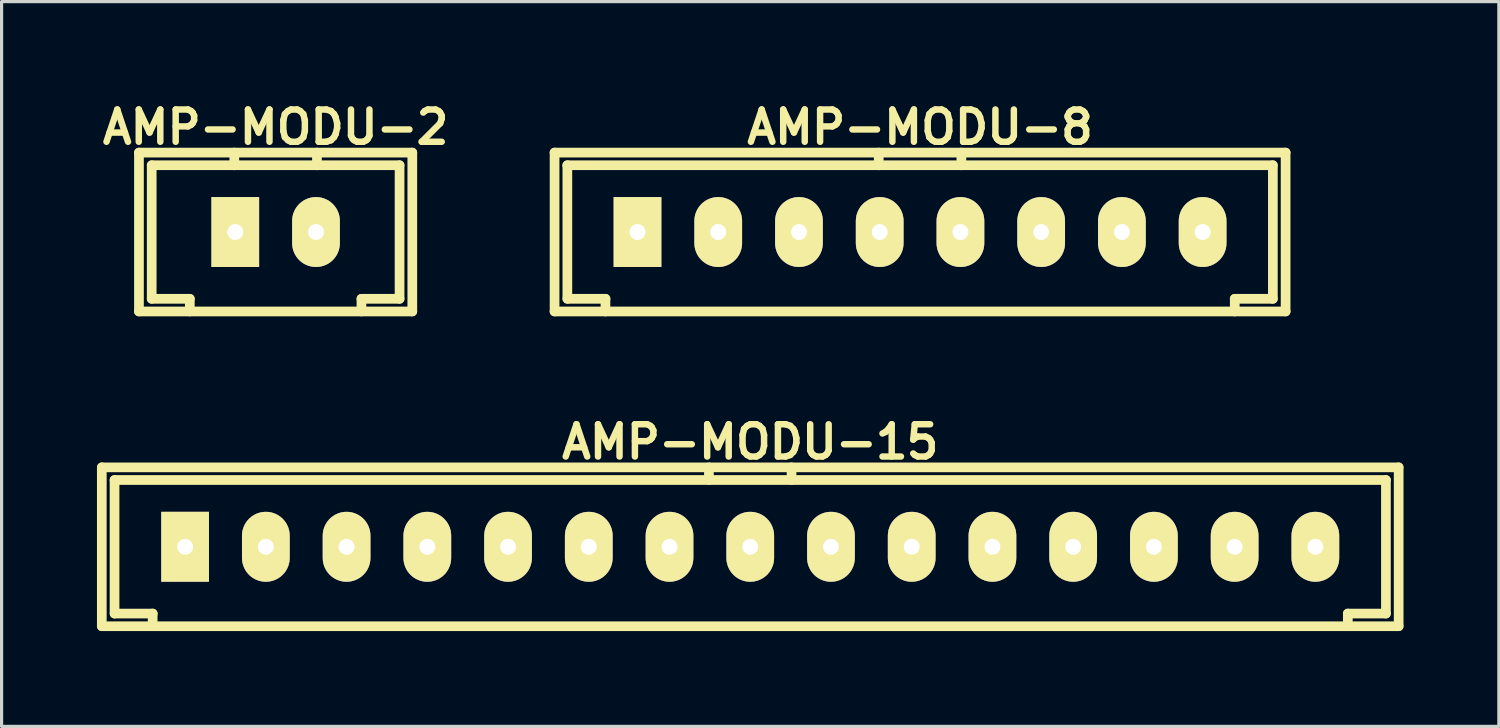
<source format=kicad_pcb>
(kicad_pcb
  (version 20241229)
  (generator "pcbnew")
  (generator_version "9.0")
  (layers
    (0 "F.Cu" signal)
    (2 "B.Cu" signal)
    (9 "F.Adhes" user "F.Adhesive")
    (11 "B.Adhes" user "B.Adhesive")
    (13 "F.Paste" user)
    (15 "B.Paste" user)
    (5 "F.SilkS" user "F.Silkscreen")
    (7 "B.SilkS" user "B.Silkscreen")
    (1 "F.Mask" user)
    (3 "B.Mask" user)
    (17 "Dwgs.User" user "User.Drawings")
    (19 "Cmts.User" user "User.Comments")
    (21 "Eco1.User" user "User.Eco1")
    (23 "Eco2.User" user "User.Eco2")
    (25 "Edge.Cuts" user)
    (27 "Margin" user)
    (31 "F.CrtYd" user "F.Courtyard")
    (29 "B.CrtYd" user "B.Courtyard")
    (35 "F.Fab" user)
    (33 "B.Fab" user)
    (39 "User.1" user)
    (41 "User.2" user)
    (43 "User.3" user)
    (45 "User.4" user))
  (footprint "AMP-MODU-2"
    (layer "F.Cu")
    (at 5.622 4.25)
    (property "Reference" "AMP-MODU-2" (at 0 -3.299 0) (layer "F.SilkS") (effects (font (size 1.016 1.016) (thickness 0.203))))
    (attr through_hole)
    (fp_line (start -4.3 -2.499) (end 4.3 -2.499) (stroke (width 0.305) (type solid)) (layer "F.SilkS"))
    (fp_line (start -4.3 2.499) (end -4.3 -2.499) (stroke (width 0.305) (type solid)) (layer "F.SilkS"))
    (fp_line (start -3.899 -2.101) (end -3.899 2.101) (stroke (width 0.305) (type solid)) (layer "F.SilkS"))
    (fp_line (start -2.7 2.101) (end -3.899 2.101) (stroke (width 0.305) (type solid)) (layer "F.SilkS"))
    (fp_line (start -2.7 2.101) (end -2.7 2.499) (stroke (width 0.305) (type solid)) (layer "F.SilkS"))
    (fp_line (start -1.3 -2.101) (end -3.899 -2.101) (stroke (width 0.305) (type solid)) (layer "F.SilkS"))
    (fp_line (start -1.3 -2.101) (end -1.3 -2.499) (stroke (width 0.305) (type solid)) (layer "F.SilkS"))
    (fp_line (start -1.3 -2.101) (end 1.3 -2.101) (stroke (width 0.305) (type solid)) (layer "F.SilkS"))
    (fp_line (start 1.3 -2.499) (end 1.3 -2.101) (stroke (width 0.305) (type solid)) (layer "F.SilkS"))
    (fp_line (start 1.3 -2.101) (end 3.899 -2.101) (stroke (width 0.305) (type solid)) (layer "F.SilkS"))
    (fp_line (start 2.7 2.499) (end 2.7 2.101) (stroke (width 0.305) (type solid)) (layer "F.SilkS"))
    (fp_line (start 3.899 2.101) (end 2.7 2.101) (stroke (width 0.305) (type solid)) (layer "F.SilkS"))
    (fp_line (start 3.899 2.101) (end 3.899 -2.101) (stroke (width 0.305) (type solid)) (layer "F.SilkS"))
    (fp_line (start 4.3 -2.499) (end 4.3 2.499) (stroke (width 0.305) (type solid)) (layer "F.SilkS"))
    (fp_line (start 4.3 2.499) (end -4.3 2.499) (stroke (width 0.305) (type solid)) (layer "F.SilkS"))
    (pad "1" thru_hole rect (at -1.27 0) (size 1.501 2.2) (drill 0.5) (layers "*.Cu" "*.Mask" "F.SilkS"))
    (pad "2" thru_hole oval (at 1.27 0) (size 1.501 2.2) (drill 0.5) (layers "*.Cu" "*.Mask" "F.SilkS")))
  (footprint "AMP-MODU-8"
    (layer "F.Cu")
    (at 25.897 4.25)
    (property "Reference" "AMP-MODU-8" (at 0 -3.299 0) (layer "F.SilkS") (effects (font (size 1.016 1.016) (thickness 0.203))))
    (attr through_hole)
    (fp_line (start -11.501 -2.499) (end 11.501 -2.499) (stroke (width 0.305) (type solid)) (layer "F.SilkS"))
    (fp_line (start -11.499 2.499) (end -11.499 -2.499) (stroke (width 0.305) (type solid)) (layer "F.SilkS"))
    (fp_line (start -11.097 -2.101) (end -11.097 2.101) (stroke (width 0.305) (type solid)) (layer "F.SilkS"))
    (fp_line (start -9.898 2.101) (end -9.898 2.499) (stroke (width 0.305) (type solid)) (layer "F.SilkS"))
    (fp_line (start -9.896 2.101) (end -11.095 2.101) (stroke (width 0.305) (type solid)) (layer "F.SilkS"))
    (fp_line (start -1.3 -2.101) (end -11.1 -2.101) (stroke (width 0.305) (type solid)) (layer "F.SilkS"))
    (fp_line (start -1.3 -2.101) (end -1.3 -2.499) (stroke (width 0.305) (type solid)) (layer "F.SilkS"))
    (fp_line (start -1.3 -2.101) (end 1.3 -2.101) (stroke (width 0.305) (type solid)) (layer "F.SilkS"))
    (fp_line (start 1.3 -2.499) (end 1.3 -2.101) (stroke (width 0.305) (type solid)) (layer "F.SilkS"))
    (fp_line (start 9.901 2.499) (end 9.901 2.101) (stroke (width 0.305) (type solid)) (layer "F.SilkS"))
    (fp_line (start 11.1 -2.101) (end 1.3 -2.101) (stroke (width 0.305) (type solid)) (layer "F.SilkS"))
    (fp_line (start 11.1 2.101) (end 9.901 2.101) (stroke (width 0.305) (type solid)) (layer "F.SilkS"))
    (fp_line (start 11.1 2.101) (end 11.1 -2.101) (stroke (width 0.305) (type solid)) (layer "F.SilkS"))
    (fp_line (start 11.501 -2.499) (end 11.501 2.499) (stroke (width 0.305) (type solid)) (layer "F.SilkS"))
    (fp_line (start 11.501 2.499) (end -11.501 2.499) (stroke (width 0.305) (type solid)) (layer "F.SilkS"))
    (pad "1" thru_hole rect (at -8.89 0) (size 1.501 2.2) (drill 0.5) (layers "*.Cu" "*.Mask" "F.SilkS"))
    (pad "2" thru_hole oval (at -6.35 0) (size 1.501 2.2) (drill 0.5) (layers "*.Cu" "*.Mask" "F.SilkS"))
    (pad "3" thru_hole oval (at -3.81 0) (size 1.501 2.2) (drill 0.5) (layers "*.Cu" "*.Mask" "F.SilkS"))
    (pad "4" thru_hole oval (at -1.27 0) (size 1.501 2.2) (drill 0.5) (layers "*.Cu" "*.Mask" "F.SilkS"))
    (pad "5" thru_hole oval (at 1.27 0) (size 1.501 2.2) (drill 0.5) (layers "*.Cu" "*.Mask" "F.SilkS"))
    (pad "6" thru_hole oval (at 3.81 0) (size 1.501 2.2) (drill 0.5) (layers "*.Cu" "*.Mask" "F.SilkS"))
    (pad "7" thru_hole oval (at 6.35 0) (size 1.501 2.2) (drill 0.5) (layers "*.Cu" "*.Mask" "F.SilkS"))
    (pad "8" thru_hole oval (at 8.89 0) (size 1.501 2.2) (drill 0.5) (layers "*.Cu" "*.Mask" "F.SilkS")))
  (footprint "AMP-MODU-15"
    (layer "F.Cu")
    (at 20.554 14.153)
    (property "Reference" "AMP-MODU-15" (at 0 -3.299 0) (layer "F.SilkS") (effects (font (size 1.016 1.016) (thickness 0.203))))
    (attr through_hole)
    (fp_line (start -20.401 2.499) (end -20.401 -2.499) (stroke (width 0.305) (type solid)) (layer "F.SilkS"))
    (fp_line (start -20.399 -2.499) (end 20.399 -2.499) (stroke (width 0.305) (type solid)) (layer "F.SilkS"))
    (fp_line (start -20.399 2.499) (end 20.399 2.499) (stroke (width 0.305) (type solid)) (layer "F.SilkS"))
    (fp_line (start -20 -2.101) (end -20 2.101) (stroke (width 0.305) (type solid)) (layer "F.SilkS"))
    (fp_line (start -18.801 2.101) (end -18.801 2.499) (stroke (width 0.305) (type solid)) (layer "F.SilkS"))
    (fp_line (start -18.799 2.101) (end -19.997 2.101) (stroke (width 0.305) (type solid)) (layer "F.SilkS"))
    (fp_line (start -1.3 -2.101) (end -1.3 -2.499) (stroke (width 0.305) (type solid)) (layer "F.SilkS"))
    (fp_line (start 1.3 -2.499) (end 1.3 -2.101) (stroke (width 0.305) (type solid)) (layer "F.SilkS"))
    (fp_line (start 18.801 2.499) (end 18.801 2.101) (stroke (width 0.305) (type solid)) (layer "F.SilkS"))
    (fp_line (start 20 -2.101) (end -20 -2.101) (stroke (width 0.305) (type solid)) (layer "F.SilkS"))
    (fp_line (start 20 2.101) (end 18.801 2.101) (stroke (width 0.305) (type solid)) (layer "F.SilkS"))
    (fp_line (start 20 2.101) (end 20 -2.101) (stroke (width 0.305) (type solid)) (layer "F.SilkS"))
    (fp_line (start 20.401 -2.499) (end 20.401 2.499) (stroke (width 0.305) (type solid)) (layer "F.SilkS"))
    (pad "1" thru_hole rect (at -17.78 0) (size 1.501 2.2) (drill 0.5) (layers "*.Cu" "*.Mask" "F.SilkS"))
    (pad "2" thru_hole oval (at -15.24 0) (size 1.501 2.2) (drill 0.5) (layers "*.Cu" "*.Mask" "F.SilkS"))
    (pad "3" thru_hole oval (at -12.7 0) (size 1.501 2.2) (drill 0.5) (layers "*.Cu" "*.Mask" "F.SilkS"))
    (pad "4" thru_hole oval (at -10.16 0) (size 1.501 2.2) (drill 0.5) (layers "*.Cu" "*.Mask" "F.SilkS"))
    (pad "5" thru_hole oval (at -7.62 0) (size 1.501 2.2) (drill 0.5) (layers "*.Cu" "*.Mask" "F.SilkS"))
    (pad "6" thru_hole oval (at -5.08 0) (size 1.501 2.2) (drill 0.5) (layers "*.Cu" "*.Mask" "F.SilkS"))
    (pad "7" thru_hole oval (at -2.54 0) (size 1.501 2.2) (drill 0.5) (layers "*.Cu" "*.Mask" "F.SilkS"))
    (pad "8" thru_hole oval (at 0 0) (size 1.501 2.2) (drill 0.5) (layers "*.Cu" "*.Mask" "F.SilkS"))
    (pad "9" thru_hole oval (at 2.54 0) (size 1.501 2.2) (drill 0.5) (layers "*.Cu" "*.Mask" "F.SilkS"))
    (pad "10" thru_hole oval (at 5.08 0) (size 1.501 2.2) (drill 0.5) (layers "*.Cu" "*.Mask" "F.SilkS"))
    (pad "11" thru_hole oval (at 7.62 0) (size 1.501 2.2) (drill 0.5) (layers "*.Cu" "*.Mask" "F.SilkS"))
    (pad "12" thru_hole oval (at 10.16 0) (size 1.501 2.2) (drill 0.5) (layers "*.Cu" "*.Mask" "F.SilkS"))
    (pad "13" thru_hole oval (at 12.7 0) (size 1.501 2.2) (drill 0.5) (layers "*.Cu" "*.Mask" "F.SilkS"))
    (pad "14" thru_hole oval (at 15.24 0) (size 1.501 2.2) (drill 0.5) (layers "*.Cu" "*.Mask" "F.SilkS"))
    (pad "15" thru_hole oval (at 17.78 0) (size 1.501 2.2) (drill 0.5) (layers "*.Cu" "*.Mask" "F.SilkS")))
  (gr_rect
    (start -3 -3)
    (end 44.107 19.804)
    (stroke (width 0.1) (type default))
    (fill no)
    (layer "Edge.Cuts")))
</source>
